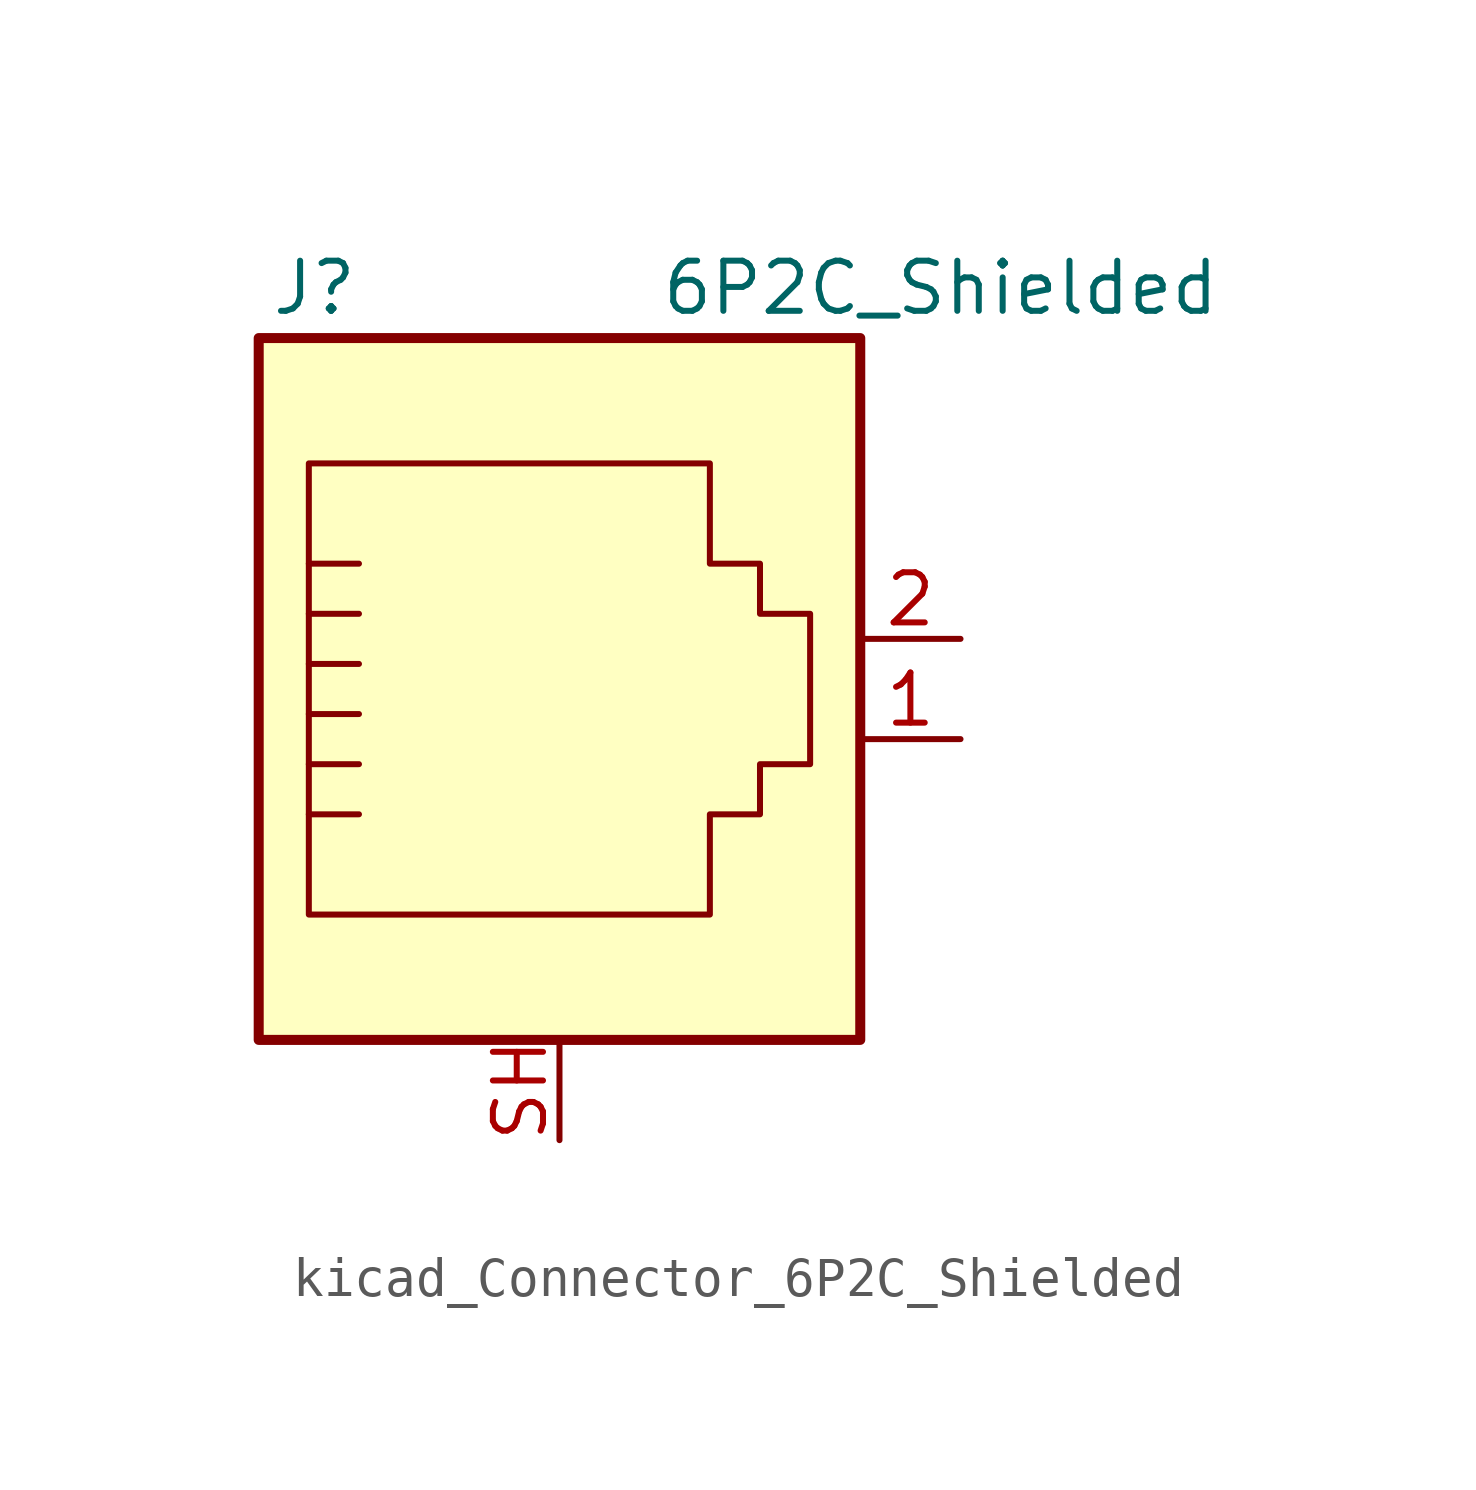
<source format=kicad_sym>
(kicad_symbol_lib
  (version 20220914)
  (generator kicad_symbol_editor)
  (symbol "kicad_Connector_6P2C_Shielded"
    (pin_names
      (offset 1.016))
    (property "Reference" "J"
      (at -5.08 11.43 0)
      (effects (font (size 1.27 1.27)) (justify right)))
    (property "Value" "6P2C_Shielded"
      (at 2.54 11.43 0)
      (effects (font (size 1.27 1.27)) (justify left)))
    (symbol "kicad_Connector_6P2C_Shielded_0_1"
      (polyline (pts (xy -6.35 -1.905) (xy -5.08 -1.905) (xy -5.08 -1.905)) (stroke (width 0) (type default)) (fill (type none)))
      (polyline (pts (xy -6.35 -0.635) (xy -5.08 -0.635) (xy -5.08 -0.635)) (stroke (width 0) (type default)) (fill (type none)))
      (polyline (pts (xy -6.35 0.635) (xy -5.08 0.635) (xy -5.08 0.635)) (stroke (width 0) (type default)) (fill (type none)))
      (polyline (pts (xy -6.35 1.905) (xy -5.08 1.905) (xy -5.08 1.905)) (stroke (width 0) (type default)) (fill (type none)))
      (polyline (pts (xy -6.35 3.175) (xy -5.08 3.175) (xy -5.08 3.175)) (stroke (width 0) (type default)) (fill (type none)))
      (polyline (pts (xy -5.08 4.445) (xy -6.35 4.445) (xy -6.35 4.445)) (stroke (width 0) (type default)) (fill (type none)))
      (polyline (pts (xy -6.35 -4.445) (xy -6.35 6.985) (xy 3.81 6.985) (xy 3.81 4.445) (xy 5.08 4.445) (xy 5.08 3.175) (xy 6.35 3.175) (xy 6.35 -0.635) (xy 5.08 -0.635) (xy 5.08 -1.905) (xy 3.81 -1.905) (xy 3.81 -4.445) (xy -6.35 -4.445) (xy -6.35 -4.445)) (stroke (width 0) (type default)) (fill (type none)))
      (rectangle (start 7.62 10.16) (end -7.62 -7.62) (stroke (width 0.254) (type default)) (fill (type background))))
    (symbol "kicad_Connector_6P2C_Shielded_1_1"
      (pin passive line (at 10.16 0 180) (length 2.54) (name "~" (effects (font (size 1.27 1.27)))) (number "1" (effects (font (size 1.27 1.27)))))
      (pin passive line (at 10.16 2.54 180) (length 2.54) (name "~" (effects (font (size 1.27 1.27)))) (number "2" (effects (font (size 1.27 1.27)))))
      (pin passive line (at 0 -10.16 90) (length 2.54) (name "~" (effects (font (size 1.27 1.27)))) (number "SH" (effects (font (size 1.27 1.27))))))))
</source>
